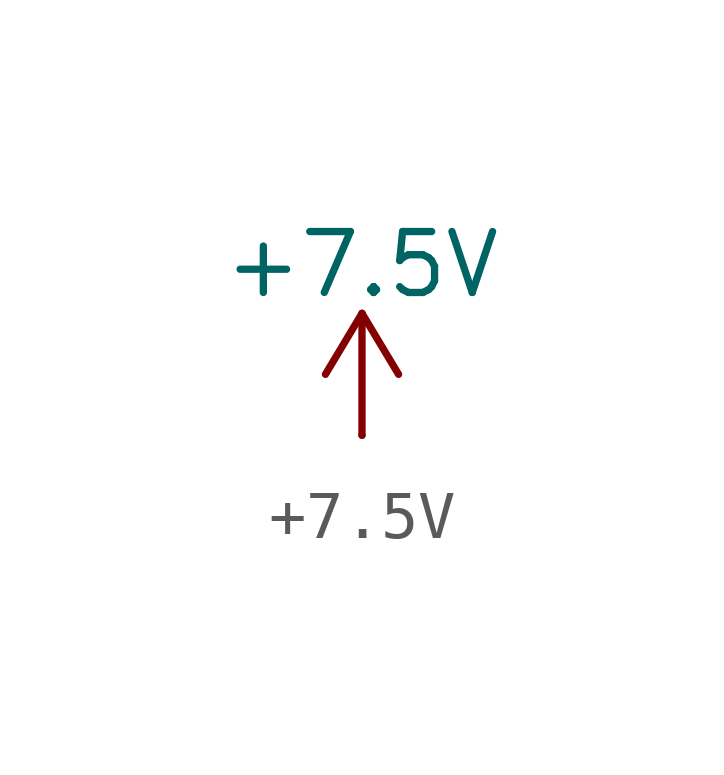
<source format=kicad_sym>
(kicad_symbol_lib
  (version 20231120)
  (generator "kicad_symbol_editor")
  (generator_version "8.0")
  (symbol "+7.5V"
    (power)
    (pin_numbers hide)
    (pin_names
      (offset 0) hide)
    (property "Reference" "#PWR"
      (at 0 -3.81 0)
      (effects (font (size 1.27 1.27)) (hide yes)))
    (property "Value" "+7.5V"
      (at 0 3.556 0)
      (effects (font (size 1.27 1.27))))
    (symbol "+7.5V_0_1"
      (polyline (pts (xy -0.762 1.27) (xy 0 2.54)) (stroke (width 0) (type default)) (fill (type none)))
      (polyline (pts (xy 0 0) (xy 0 2.54)) (stroke (width 0) (type default)) (fill (type none)))
      (polyline (pts (xy 0 2.54) (xy 0.762 1.27)) (stroke (width 0) (type default)) (fill (type none))))
    (symbol "+7.5V_1_1"
      (pin power_in line (at 0 0 90) (length 0) (name "~" (effects (font (size 1.27 1.27)))) (number "1" (effects (font (size 1.27 1.27))))))))
</source>
